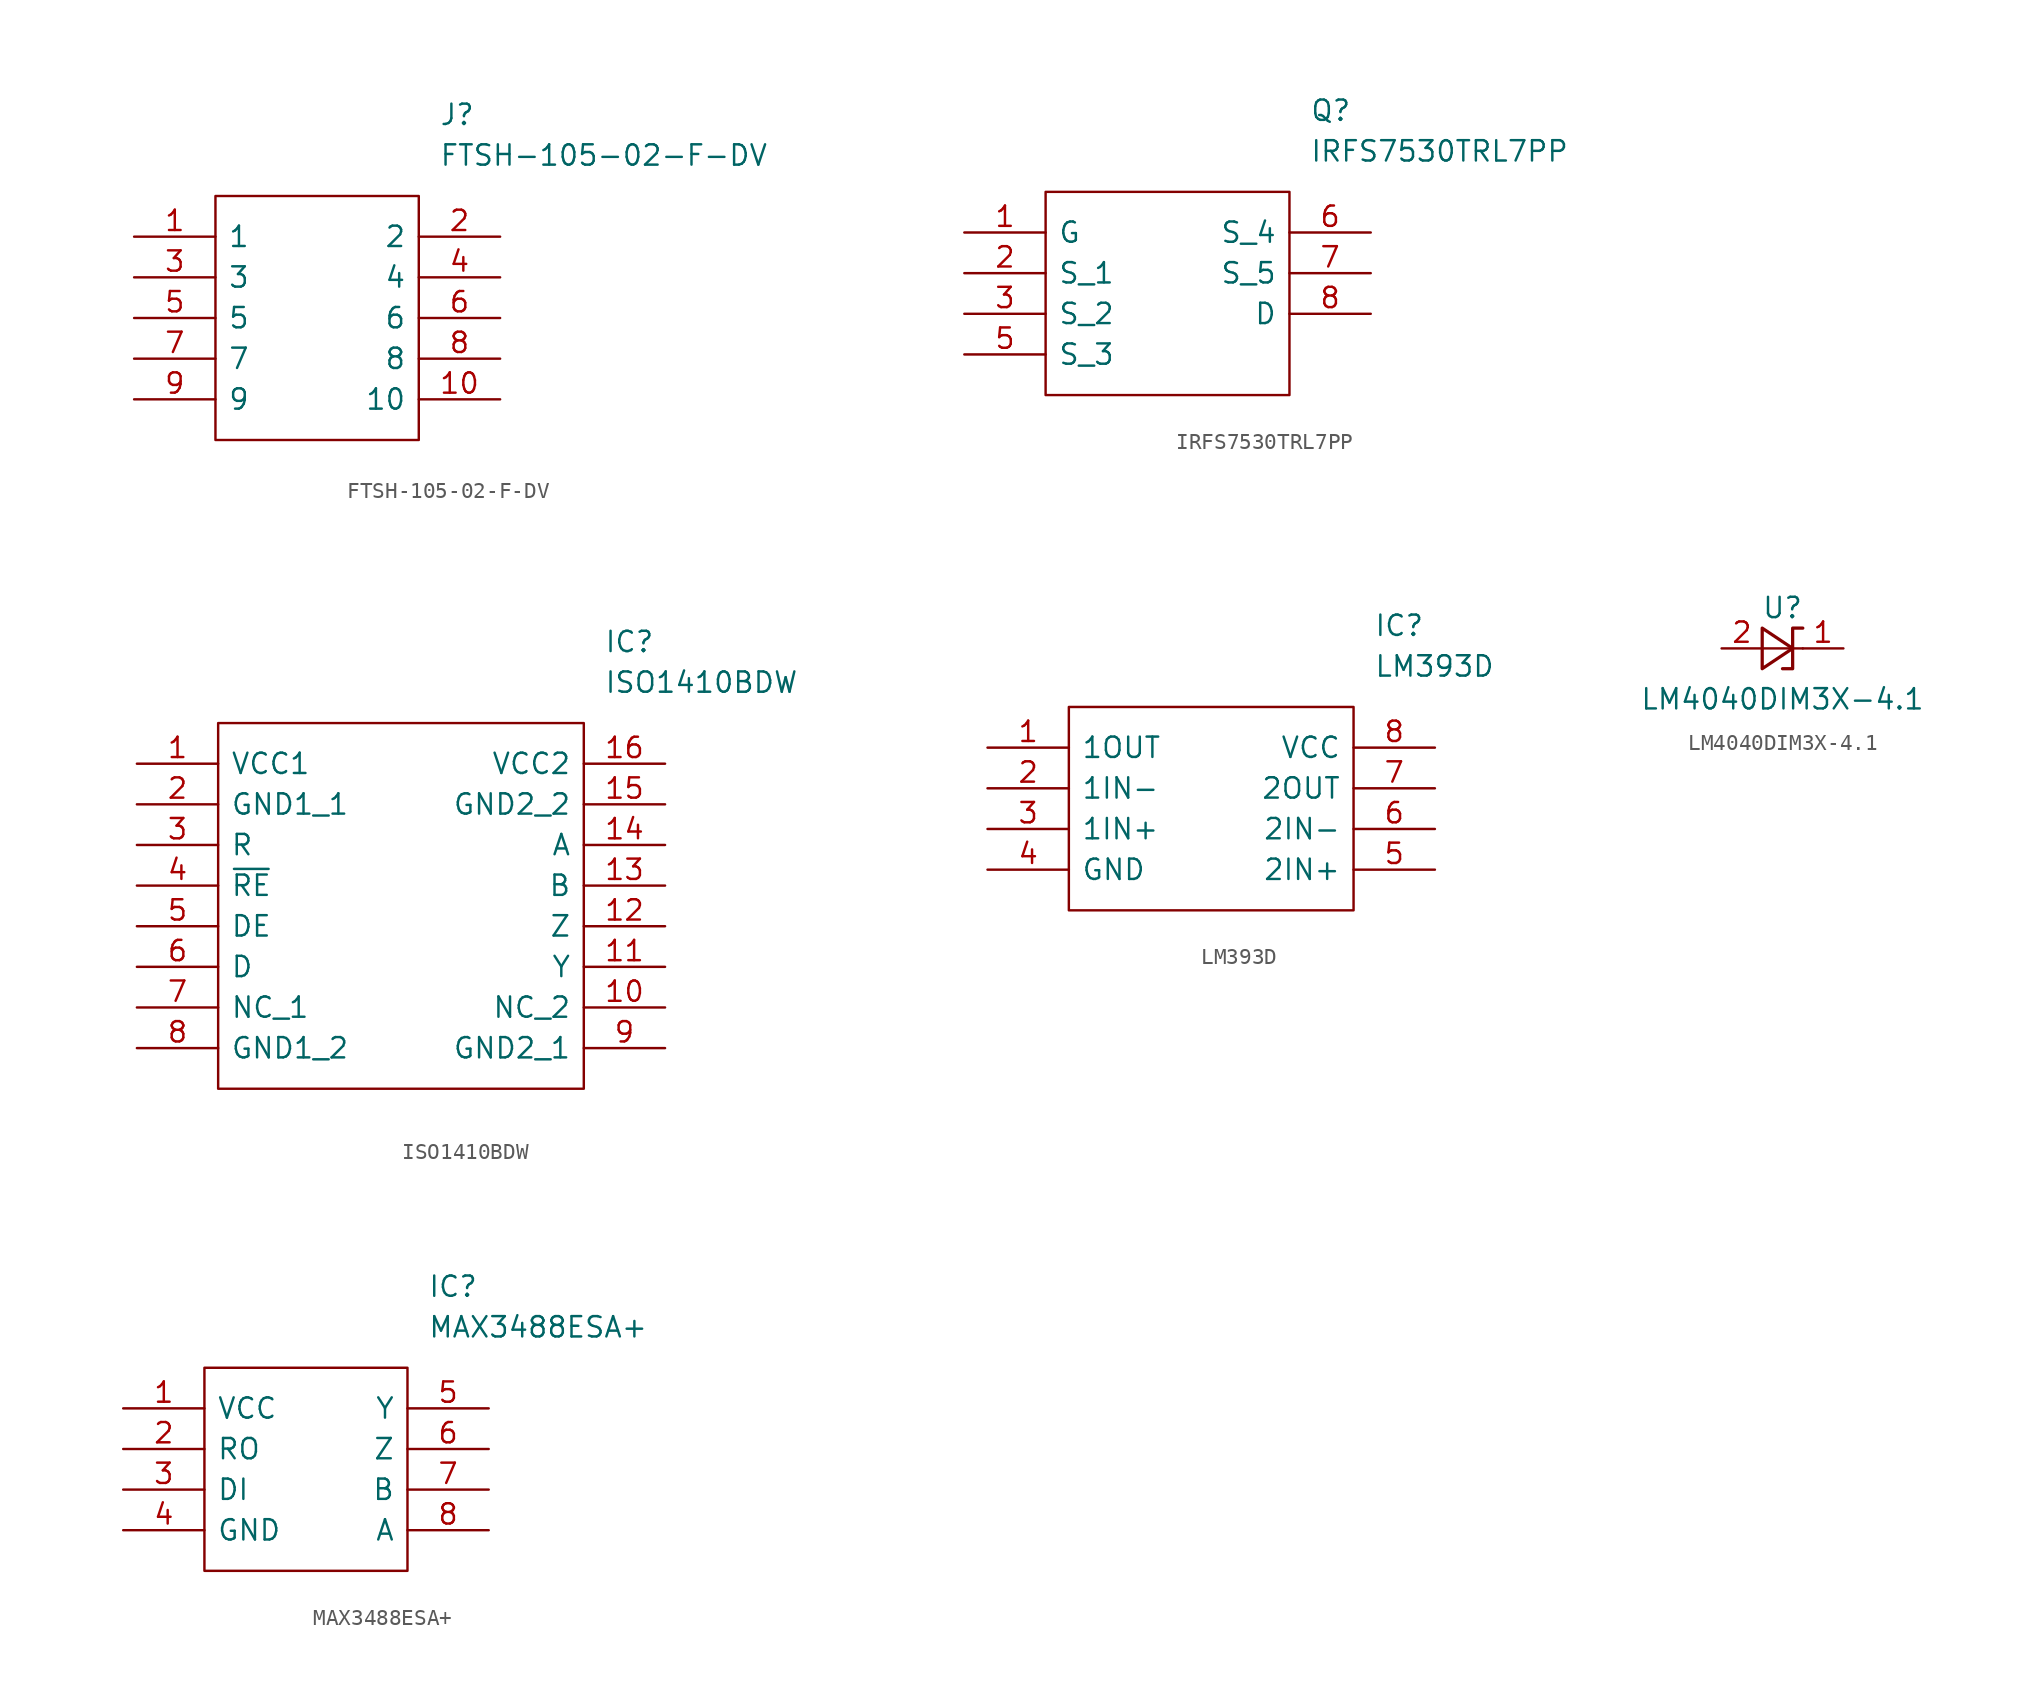
<source format=kicad_sym>
(kicad_symbol_lib
  (version 20211014)
  (generator kicad_symbol_editor)
  (symbol "FTSH-105-02-F-DV"
    (pin_names
      (offset 0.762))
    (property "Reference" "J"
      (at 19.05 7.62 0)
      (effects (font (size 1.27 1.27)) (justify left)))
    (property "Value" "FTSH-105-02-F-DV"
      (at 19.05 5.08 0)
      (effects (font (size 1.27 1.27)) (justify left)))
    (symbol "FTSH-105-02-F-DV_0_0"
      (pin passive line (at 0 0 0) (length 5.08) (name "1" (effects (font (size 1.27 1.27)))) (number "1" (effects (font (size 1.27 1.27)))))
      (pin passive line (at 22.86 -10.16 180) (length 5.08) (name "10" (effects (font (size 1.27 1.27)))) (number "10" (effects (font (size 1.27 1.27)))))
      (pin passive line (at 22.86 0 180) (length 5.08) (name "2" (effects (font (size 1.27 1.27)))) (number "2" (effects (font (size 1.27 1.27)))))
      (pin passive line (at 0 -2.54 0) (length 5.08) (name "3" (effects (font (size 1.27 1.27)))) (number "3" (effects (font (size 1.27 1.27)))))
      (pin passive line (at 22.86 -2.54 180) (length 5.08) (name "4" (effects (font (size 1.27 1.27)))) (number "4" (effects (font (size 1.27 1.27)))))
      (pin passive line (at 0 -5.08 0) (length 5.08) (name "5" (effects (font (size 1.27 1.27)))) (number "5" (effects (font (size 1.27 1.27)))))
      (pin passive line (at 22.86 -5.08 180) (length 5.08) (name "6" (effects (font (size 1.27 1.27)))) (number "6" (effects (font (size 1.27 1.27)))))
      (pin passive line (at 0 -7.62 0) (length 5.08) (name "7" (effects (font (size 1.27 1.27)))) (number "7" (effects (font (size 1.27 1.27)))))
      (pin passive line (at 22.86 -7.62 180) (length 5.08) (name "8" (effects (font (size 1.27 1.27)))) (number "8" (effects (font (size 1.27 1.27)))))
      (pin passive line (at 0 -10.16 0) (length 5.08) (name "9" (effects (font (size 1.27 1.27)))) (number "9" (effects (font (size 1.27 1.27))))))
    (symbol "FTSH-105-02-F-DV_0_1"
      (polyline (pts (xy 5.08 2.54) (xy 17.78 2.54) (xy 17.78 -12.7) (xy 5.08 -12.7) (xy 5.08 2.54)) (stroke (width 0.152) (type default) (color 0 0 0 0)) (fill (type none)))))
  (symbol "IRFS7530TRL7PP"
    (pin_names
      (offset 0.762))
    (property "Reference" "Q"
      (at 21.59 7.62 0)
      (effects (font (size 1.27 1.27)) (justify left)))
    (property "Value" "IRFS7530TRL7PP"
      (at 21.59 5.08 0)
      (effects (font (size 1.27 1.27)) (justify left)))
    (symbol "IRFS7530TRL7PP_0_0"
      (pin bidirectional line (at 0 0 0) (length 5.08) (name "G" (effects (font (size 1.27 1.27)))) (number "1" (effects (font (size 1.27 1.27)))))
      (pin bidirectional line (at 0 -2.54 0) (length 5.08) (name "S_1" (effects (font (size 1.27 1.27)))) (number "2" (effects (font (size 1.27 1.27)))))
      (pin bidirectional line (at 0 -5.08 0) (length 5.08) (name "S_2" (effects (font (size 1.27 1.27)))) (number "3" (effects (font (size 1.27 1.27)))))
      (pin bidirectional line (at 0 -7.62 0) (length 5.08) (name "S_3" (effects (font (size 1.27 1.27)))) (number "5" (effects (font (size 1.27 1.27)))))
      (pin bidirectional line (at 25.4 0 180) (length 5.08) (name "S_4" (effects (font (size 1.27 1.27)))) (number "6" (effects (font (size 1.27 1.27)))))
      (pin bidirectional line (at 25.4 -2.54 180) (length 5.08) (name "S_5" (effects (font (size 1.27 1.27)))) (number "7" (effects (font (size 1.27 1.27)))))
      (pin bidirectional line (at 25.4 -5.08 180) (length 5.08) (name "D" (effects (font (size 1.27 1.27)))) (number "8" (effects (font (size 1.27 1.27))))))
    (symbol "IRFS7530TRL7PP_0_1"
      (polyline (pts (xy 5.08 2.54) (xy 20.32 2.54) (xy 20.32 -10.16) (xy 5.08 -10.16) (xy 5.08 2.54)) (stroke (width 0.152) (type default) (color 0 0 0 0)) (fill (type none)))))
  (symbol "ISO1410BDW"
    (pin_names
      (offset 0.762))
    (property "Reference" "IC"
      (at 29.21 7.62 0)
      (effects (font (size 1.27 1.27)) (justify left)))
    (property "Value" "ISO1410BDW"
      (at 29.21 5.08 0)
      (effects (font (size 1.27 1.27)) (justify left)))
    (symbol "ISO1410BDW_0_0"
      (pin bidirectional line (at 0 0 0) (length 5.08) (name "VCC1" (effects (font (size 1.27 1.27)))) (number "1" (effects (font (size 1.27 1.27)))))
      (pin bidirectional line (at 33.02 -15.24 180) (length 5.08) (name "NC_2" (effects (font (size 1.27 1.27)))) (number "10" (effects (font (size 1.27 1.27)))))
      (pin bidirectional line (at 33.02 -12.7 180) (length 5.08) (name "Y" (effects (font (size 1.27 1.27)))) (number "11" (effects (font (size 1.27 1.27)))))
      (pin bidirectional line (at 33.02 -10.16 180) (length 5.08) (name "Z" (effects (font (size 1.27 1.27)))) (number "12" (effects (font (size 1.27 1.27)))))
      (pin bidirectional line (at 33.02 -7.62 180) (length 5.08) (name "B" (effects (font (size 1.27 1.27)))) (number "13" (effects (font (size 1.27 1.27)))))
      (pin bidirectional line (at 33.02 -5.08 180) (length 5.08) (name "A" (effects (font (size 1.27 1.27)))) (number "14" (effects (font (size 1.27 1.27)))))
      (pin bidirectional line (at 33.02 -2.54 180) (length 5.08) (name "GND2_2" (effects (font (size 1.27 1.27)))) (number "15" (effects (font (size 1.27 1.27)))))
      (pin bidirectional line (at 33.02 0 180) (length 5.08) (name "VCC2" (effects (font (size 1.27 1.27)))) (number "16" (effects (font (size 1.27 1.27)))))
      (pin bidirectional line (at 0 -2.54 0) (length 5.08) (name "GND1_1" (effects (font (size 1.27 1.27)))) (number "2" (effects (font (size 1.27 1.27)))))
      (pin bidirectional line (at 0 -5.08 0) (length 5.08) (name "R" (effects (font (size 1.27 1.27)))) (number "3" (effects (font (size 1.27 1.27)))))
      (pin bidirectional line (at 0 -7.62 0) (length 5.08) (name "~{RE}" (effects (font (size 1.27 1.27)))) (number "4" (effects (font (size 1.27 1.27)))))
      (pin bidirectional line (at 0 -10.16 0) (length 5.08) (name "DE" (effects (font (size 1.27 1.27)))) (number "5" (effects (font (size 1.27 1.27)))))
      (pin bidirectional line (at 0 -12.7 0) (length 5.08) (name "D" (effects (font (size 1.27 1.27)))) (number "6" (effects (font (size 1.27 1.27)))))
      (pin bidirectional line (at 0 -15.24 0) (length 5.08) (name "NC_1" (effects (font (size 1.27 1.27)))) (number "7" (effects (font (size 1.27 1.27)))))
      (pin bidirectional line (at 0 -17.78 0) (length 5.08) (name "GND1_2" (effects (font (size 1.27 1.27)))) (number "8" (effects (font (size 1.27 1.27)))))
      (pin bidirectional line (at 33.02 -17.78 180) (length 5.08) (name "GND2_1" (effects (font (size 1.27 1.27)))) (number "9" (effects (font (size 1.27 1.27))))))
    (symbol "ISO1410BDW_0_1"
      (polyline (pts (xy 5.08 2.54) (xy 27.94 2.54) (xy 27.94 -20.32) (xy 5.08 -20.32) (xy 5.08 2.54)) (stroke (width 0.152) (type default) (color 0 0 0 0)) (fill (type none)))))
  (symbol "LM393D"
    (pin_names
      (offset 0.762))
    (property "Reference" "IC"
      (at 24.13 7.62 0)
      (effects (font (size 1.27 1.27)) (justify left)))
    (property "Value" "LM393D"
      (at 24.13 5.08 0)
      (effects (font (size 1.27 1.27)) (justify left)))
    (symbol "LM393D_0_0"
      (pin bidirectional line (at 0 0 0) (length 5.08) (name "1OUT" (effects (font (size 1.27 1.27)))) (number "1" (effects (font (size 1.27 1.27)))))
      (pin bidirectional line (at 0 -2.54 0) (length 5.08) (name "1IN-" (effects (font (size 1.27 1.27)))) (number "2" (effects (font (size 1.27 1.27)))))
      (pin bidirectional line (at 0 -5.08 0) (length 5.08) (name "1IN+" (effects (font (size 1.27 1.27)))) (number "3" (effects (font (size 1.27 1.27)))))
      (pin bidirectional line (at 0 -7.62 0) (length 5.08) (name "GND" (effects (font (size 1.27 1.27)))) (number "4" (effects (font (size 1.27 1.27)))))
      (pin bidirectional line (at 27.94 -7.62 180) (length 5.08) (name "2IN+" (effects (font (size 1.27 1.27)))) (number "5" (effects (font (size 1.27 1.27)))))
      (pin bidirectional line (at 27.94 -5.08 180) (length 5.08) (name "2IN-" (effects (font (size 1.27 1.27)))) (number "6" (effects (font (size 1.27 1.27)))))
      (pin bidirectional line (at 27.94 -2.54 180) (length 5.08) (name "2OUT" (effects (font (size 1.27 1.27)))) (number "7" (effects (font (size 1.27 1.27)))))
      (pin bidirectional line (at 27.94 0 180) (length 5.08) (name "VCC" (effects (font (size 1.27 1.27)))) (number "8" (effects (font (size 1.27 1.27))))))
    (symbol "LM393D_0_1"
      (polyline (pts (xy 5.08 2.54) (xy 22.86 2.54) (xy 22.86 -10.16) (xy 5.08 -10.16) (xy 5.08 2.54)) (stroke (width 0.152) (type default) (color 0 0 0 0)) (fill (type none)))))
  (symbol "LM4040DIM3X-4.1"
    (pin_names
      (offset 0.025) hide)
    (property "Reference" "U"
      (at 0 2.54 0)
      (effects (font (size 1.27 1.27))))
    (property "Value" "LM4040DIM3X-4.1"
      (at 0 -3.175 0)
      (effects (font (size 1.27 1.27))))
    (symbol "LM4040DIM3X-4.1_0_1"
      (polyline (pts (xy -1.27 0) (xy 0 0) (xy 1.27 0)) (stroke (width 0) (type default) (color 0 0 0 0)) (fill (type none)))
      (polyline (pts (xy -1.27 -1.27) (xy 0.635 0) (xy -1.27 1.27) (xy -1.27 -1.27)) (stroke (width 0.203) (type default) (color 0 0 0 0)) (fill (type none)))
      (polyline (pts (xy 0 -1.27) (xy 0.635 -1.27) (xy 0.635 1.27) (xy 1.27 1.27)) (stroke (width 0.203) (type default) (color 0 0 0 0)) (fill (type none))))
    (symbol "LM4040DIM3X-4.1_1_1"
      (pin passive line (at 3.81 0 180) (length 2.54) (name "K" (effects (font (size 1.27 1.27)))) (number "1" (effects (font (size 1.27 1.27)))))
      (pin passive line (at -3.81 0 0) (length 2.54) (name "A" (effects (font (size 1.27 1.27)))) (number "2" (effects (font (size 1.27 1.27)))))))
  (symbol "MAX3488ESA+"
    (pin_names
      (offset 0.762))
    (property "Reference" "IC"
      (at 19.05 7.62 0)
      (effects (font (size 1.27 1.27)) (justify left)))
    (property "Value" "MAX3488ESA+"
      (at 19.05 5.08 0)
      (effects (font (size 1.27 1.27)) (justify left)))
    (symbol "MAX3488ESA+_0_0"
      (pin bidirectional line (at 0 0 0) (length 5.08) (name "VCC" (effects (font (size 1.27 1.27)))) (number "1" (effects (font (size 1.27 1.27)))))
      (pin bidirectional line (at 0 -2.54 0) (length 5.08) (name "RO" (effects (font (size 1.27 1.27)))) (number "2" (effects (font (size 1.27 1.27)))))
      (pin bidirectional line (at 0 -5.08 0) (length 5.08) (name "DI" (effects (font (size 1.27 1.27)))) (number "3" (effects (font (size 1.27 1.27)))))
      (pin bidirectional line (at 0 -7.62 0) (length 5.08) (name "GND" (effects (font (size 1.27 1.27)))) (number "4" (effects (font (size 1.27 1.27)))))
      (pin bidirectional line (at 22.86 0 180) (length 5.08) (name "Y" (effects (font (size 1.27 1.27)))) (number "5" (effects (font (size 1.27 1.27)))))
      (pin bidirectional line (at 22.86 -2.54 180) (length 5.08) (name "Z" (effects (font (size 1.27 1.27)))) (number "6" (effects (font (size 1.27 1.27)))))
      (pin bidirectional line (at 22.86 -5.08 180) (length 5.08) (name "B" (effects (font (size 1.27 1.27)))) (number "7" (effects (font (size 1.27 1.27)))))
      (pin bidirectional line (at 22.86 -7.62 180) (length 5.08) (name "A" (effects (font (size 1.27 1.27)))) (number "8" (effects (font (size 1.27 1.27))))))
    (symbol "MAX3488ESA+_0_1"
      (polyline (pts (xy 5.08 2.54) (xy 17.78 2.54) (xy 17.78 -10.16) (xy 5.08 -10.16) (xy 5.08 2.54)) (stroke (width 0.152) (type default) (color 0 0 0 0)) (fill (type none))))))
</source>
